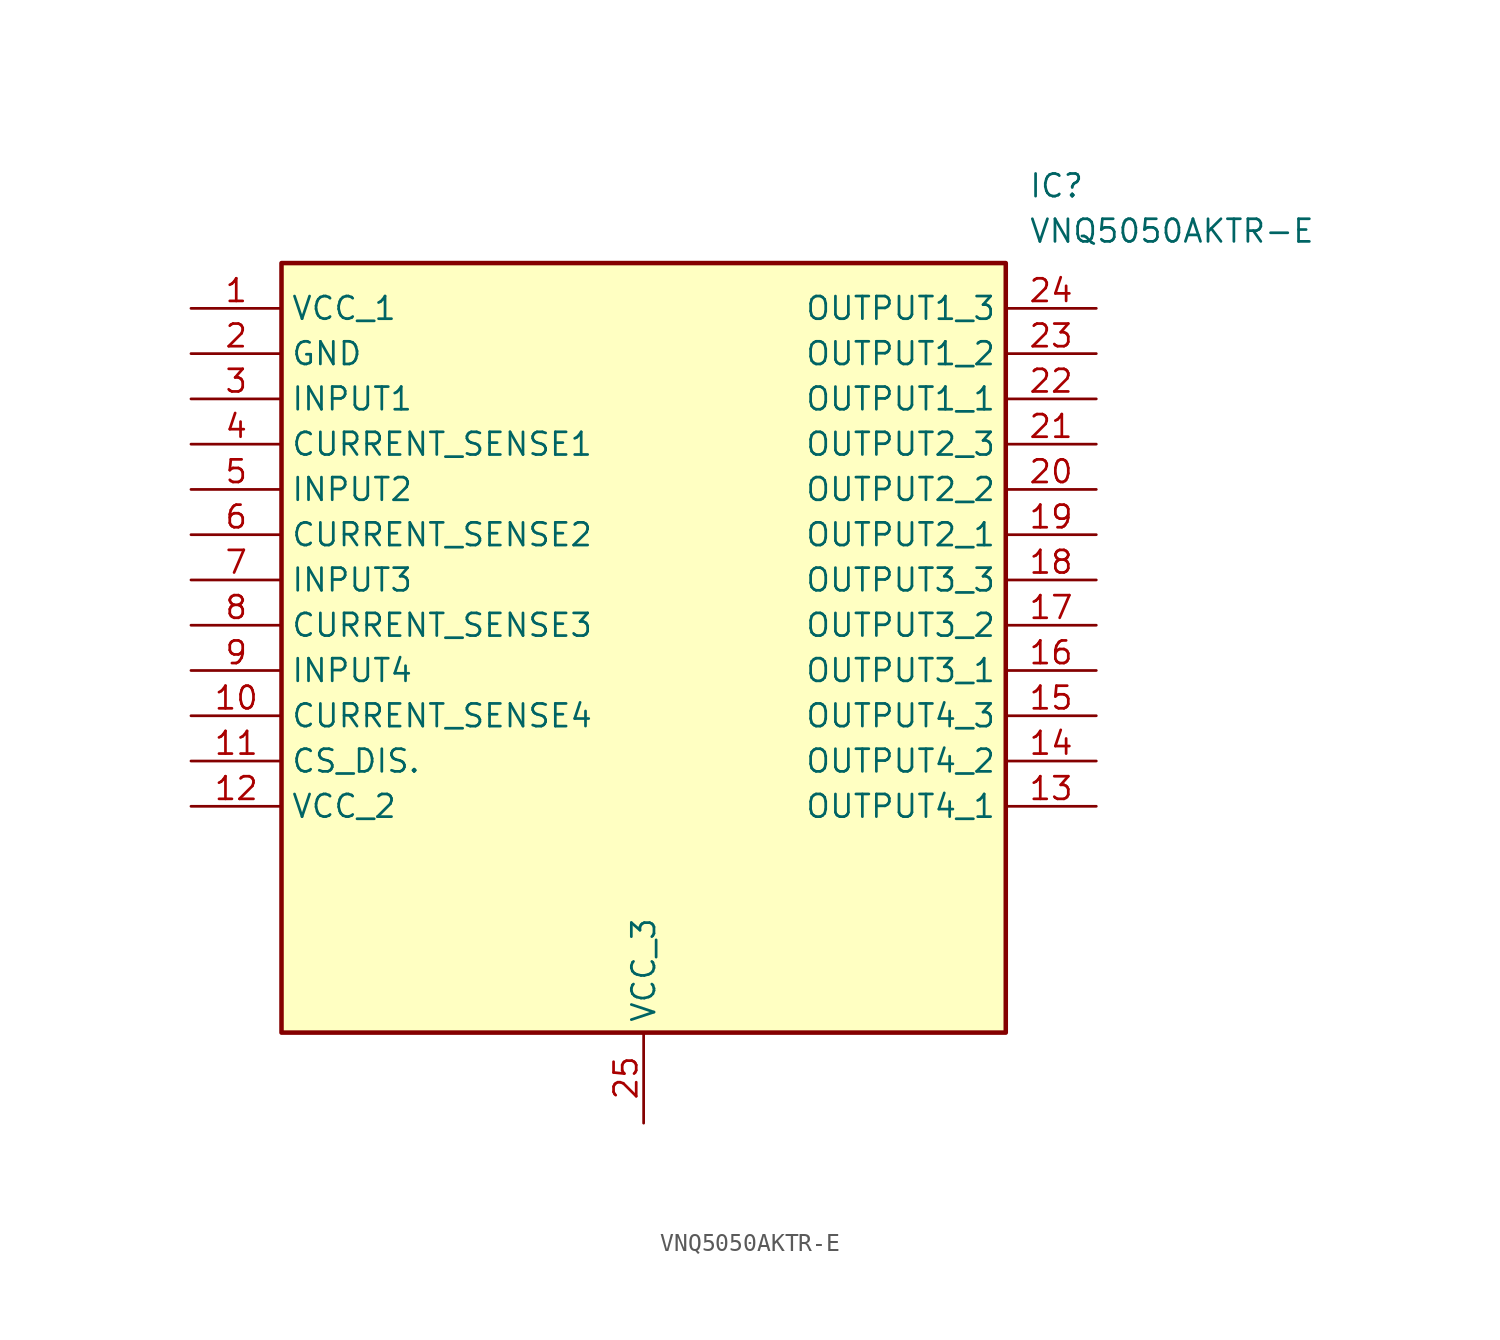
<source format=kicad_sym>
(kicad_symbol_lib
  (version 20211014)
  (generator SamacSys_ECAD_Model)
  (symbol "VNQ5050AKTR-E"
    (property "Reference" "IC"
      (at 46.99 7.62 0)
      (effects (font (size 1.27 1.27)) (justify left top)))
    (property "Value" "VNQ5050AKTR-E"
      (at 46.99 5.08 0)
      (effects (font (size 1.27 1.27)) (justify left top)))
    (rectangle
      (start 5.08 2.54)
      (end 45.72 -40.64)
      (stroke (width 0.254) (type default))
      (fill (type background)))
    (pin passive line
      (at 0 0 0)
      (length 5.08)
      (name "VCC_1" (effects (font (size 1.27 1.27))))
      (number "1" (effects (font (size 1.27 1.27)))))
    (pin passive line
      (at 0 -2.54 0)
      (length 5.08)
      (name "GND" (effects (font (size 1.27 1.27))))
      (number "2" (effects (font (size 1.27 1.27)))))
    (pin passive line
      (at 0 -5.08 0)
      (length 5.08)
      (name "INPUT1" (effects (font (size 1.27 1.27))))
      (number "3" (effects (font (size 1.27 1.27)))))
    (pin passive line
      (at 0 -7.62 0)
      (length 5.08)
      (name "CURRENT_SENSE1" (effects (font (size 1.27 1.27))))
      (number "4" (effects (font (size 1.27 1.27)))))
    (pin passive line
      (at 0 -10.16 0)
      (length 5.08)
      (name "INPUT2" (effects (font (size 1.27 1.27))))
      (number "5" (effects (font (size 1.27 1.27)))))
    (pin passive line
      (at 0 -12.7 0)
      (length 5.08)
      (name "CURRENT_SENSE2" (effects (font (size 1.27 1.27))))
      (number "6" (effects (font (size 1.27 1.27)))))
    (pin passive line
      (at 0 -15.24 0)
      (length 5.08)
      (name "INPUT3" (effects (font (size 1.27 1.27))))
      (number "7" (effects (font (size 1.27 1.27)))))
    (pin passive line
      (at 0 -17.78 0)
      (length 5.08)
      (name "CURRENT_SENSE3" (effects (font (size 1.27 1.27))))
      (number "8" (effects (font (size 1.27 1.27)))))
    (pin passive line
      (at 0 -20.32 0)
      (length 5.08)
      (name "INPUT4" (effects (font (size 1.27 1.27))))
      (number "9" (effects (font (size 1.27 1.27)))))
    (pin passive line
      (at 0 -22.86 0)
      (length 5.08)
      (name "CURRENT_SENSE4" (effects (font (size 1.27 1.27))))
      (number "10" (effects (font (size 1.27 1.27)))))
    (pin passive line
      (at 0 -25.4 0)
      (length 5.08)
      (name "CS_DIS." (effects (font (size 1.27 1.27))))
      (number "11" (effects (font (size 1.27 1.27)))))
    (pin passive line
      (at 0 -27.94 0)
      (length 5.08)
      (name "VCC_2" (effects (font (size 1.27 1.27))))
      (number "12" (effects (font (size 1.27 1.27)))))
    (pin passive line
      (at 25.4 -45.72 90)
      (length 5.08)
      (name "VCC_3" (effects (font (size 1.27 1.27))))
      (number "25" (effects (font (size 1.27 1.27)))))
    (pin passive line
      (at 50.8 0 180)
      (length 5.08)
      (name "OUTPUT1_3" (effects (font (size 1.27 1.27))))
      (number "24" (effects (font (size 1.27 1.27)))))
    (pin passive line
      (at 50.8 -2.54 180)
      (length 5.08)
      (name "OUTPUT1_2" (effects (font (size 1.27 1.27))))
      (number "23" (effects (font (size 1.27 1.27)))))
    (pin passive line
      (at 50.8 -5.08 180)
      (length 5.08)
      (name "OUTPUT1_1" (effects (font (size 1.27 1.27))))
      (number "22" (effects (font (size 1.27 1.27)))))
    (pin passive line
      (at 50.8 -7.62 180)
      (length 5.08)
      (name "OUTPUT2_3" (effects (font (size 1.27 1.27))))
      (number "21" (effects (font (size 1.27 1.27)))))
    (pin passive line
      (at 50.8 -10.16 180)
      (length 5.08)
      (name "OUTPUT2_2" (effects (font (size 1.27 1.27))))
      (number "20" (effects (font (size 1.27 1.27)))))
    (pin passive line
      (at 50.8 -12.7 180)
      (length 5.08)
      (name "OUTPUT2_1" (effects (font (size 1.27 1.27))))
      (number "19" (effects (font (size 1.27 1.27)))))
    (pin passive line
      (at 50.8 -15.24 180)
      (length 5.08)
      (name "OUTPUT3_3" (effects (font (size 1.27 1.27))))
      (number "18" (effects (font (size 1.27 1.27)))))
    (pin passive line
      (at 50.8 -17.78 180)
      (length 5.08)
      (name "OUTPUT3_2" (effects (font (size 1.27 1.27))))
      (number "17" (effects (font (size 1.27 1.27)))))
    (pin passive line
      (at 50.8 -20.32 180)
      (length 5.08)
      (name "OUTPUT3_1" (effects (font (size 1.27 1.27))))
      (number "16" (effects (font (size 1.27 1.27)))))
    (pin passive line
      (at 50.8 -22.86 180)
      (length 5.08)
      (name "OUTPUT4_3" (effects (font (size 1.27 1.27))))
      (number "15" (effects (font (size 1.27 1.27)))))
    (pin passive line
      (at 50.8 -25.4 180)
      (length 5.08)
      (name "OUTPUT4_2" (effects (font (size 1.27 1.27))))
      (number "14" (effects (font (size 1.27 1.27)))))
    (pin passive line
      (at 50.8 -27.94 180)
      (length 5.08)
      (name "OUTPUT4_1" (effects (font (size 1.27 1.27))))
      (number "13" (effects (font (size 1.27 1.27)))))))
</source>
